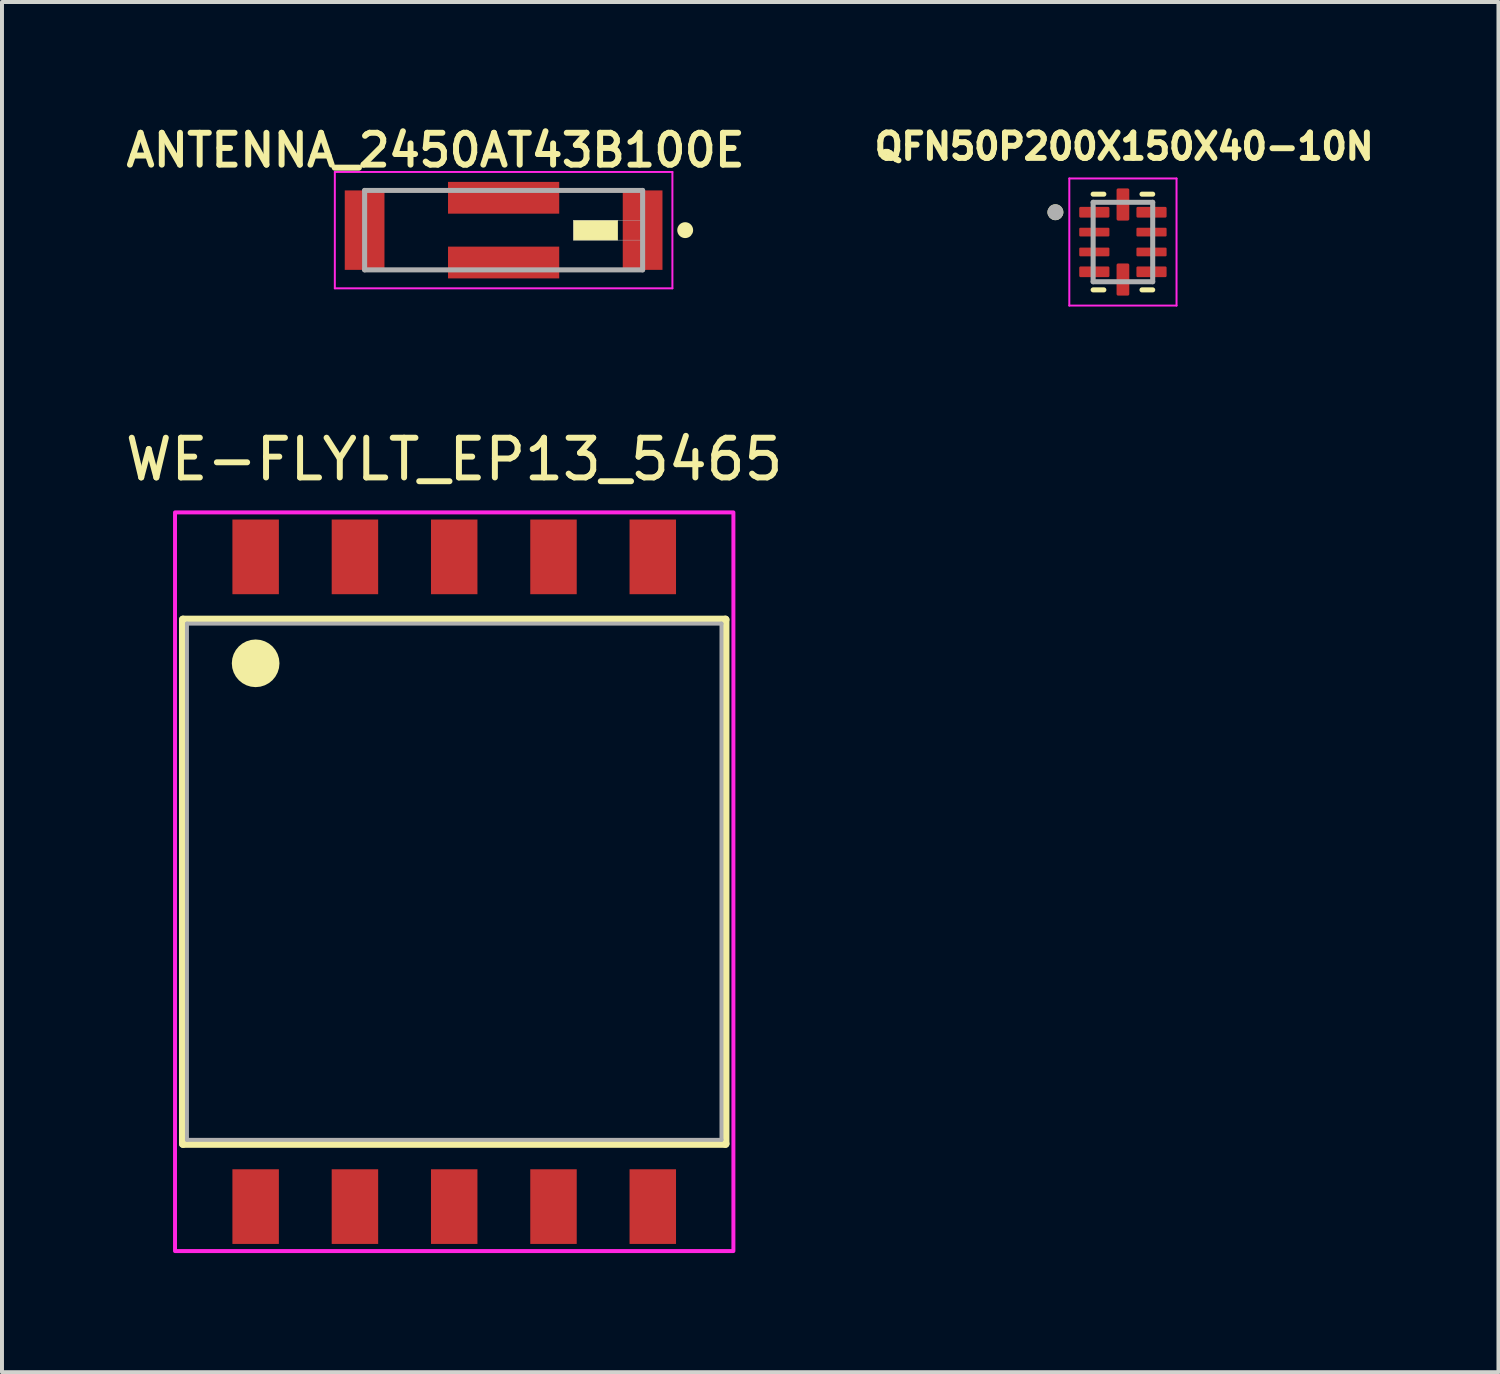
<source format=kicad_pcb>
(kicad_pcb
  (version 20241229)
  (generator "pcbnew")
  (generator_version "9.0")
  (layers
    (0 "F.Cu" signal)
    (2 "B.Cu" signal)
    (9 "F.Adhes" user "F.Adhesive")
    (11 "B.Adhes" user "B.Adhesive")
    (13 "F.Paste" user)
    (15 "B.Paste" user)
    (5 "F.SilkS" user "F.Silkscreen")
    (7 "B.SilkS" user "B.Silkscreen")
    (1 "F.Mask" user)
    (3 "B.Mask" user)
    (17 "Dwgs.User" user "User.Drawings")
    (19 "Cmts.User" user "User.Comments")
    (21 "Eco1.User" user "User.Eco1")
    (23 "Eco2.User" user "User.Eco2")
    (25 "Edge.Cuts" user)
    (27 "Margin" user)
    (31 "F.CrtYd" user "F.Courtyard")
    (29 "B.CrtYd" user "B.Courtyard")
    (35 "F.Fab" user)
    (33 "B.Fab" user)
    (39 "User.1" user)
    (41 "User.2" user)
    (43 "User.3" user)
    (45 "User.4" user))
  (footprint "ANTENNA_2450AT43B100E"
    (layer "F.Cu")
    (at 9.631 2.745)
    (property "Reference" "ANTENNA_2450AT43B100E" (at -1.714 -2.013 0) (layer "F.SilkS") (effects (font (size 0.802 0.802) (thickness 0.15))))
    (attr smd)
    (fp_circle (center 4.572 0) (end 4.672 0) (stroke (width 0.2) (type solid)) (fill no) (layer "F.SilkS"))
    (fp_poly (pts (xy 1.754 -0.25) (xy 2.875 -0.25) (xy 2.875 0.251) (xy 1.754 0.251)) (stroke (width 0.01) (type solid)) (fill yes) (layer "F.SilkS"))
    (fp_line (start -4.25 -1.465) (end 4.25 -1.465) (stroke (width 0.05) (type solid)) (layer "F.CrtYd"))
    (fp_line (start -4.25 1.465) (end -4.25 -1.465) (stroke (width 0.05) (type solid)) (layer "F.CrtYd"))
    (fp_line (start 4.25 -1.465) (end 4.25 1.465) (stroke (width 0.05) (type solid)) (layer "F.CrtYd"))
    (fp_line (start 4.25 1.465) (end -4.25 1.465) (stroke (width 0.05) (type solid)) (layer "F.CrtYd"))
    (fp_line (start -3.5 -1) (end -3.5 1) (stroke (width 0.127) (type solid)) (layer "F.Fab"))
    (fp_line (start -3.5 1) (end 3.5 1) (stroke (width 0.127) (type solid)) (layer "F.Fab"))
    (fp_line (start 3.5 -1) (end -3.5 -1) (stroke (width 0.127) (type solid)) (layer "F.Fab"))
    (fp_line (start 3.5 1) (end 3.5 -1) (stroke (width 0.127) (type solid)) (layer "F.Fab"))
    (fp_poly (pts (xy 1.754 -0.25) (xy 3.5 -0.25) (xy 3.5 0.251) (xy 1.754 0.251)) (stroke (width 0.01) (type solid)) (fill no) (layer "F.Fab"))
    (pad "1" smd rect (at 3.5 0) (size 1 2) (layers "F.Cu" "F.Mask" "F.Paste"))
    (pad "2" smd rect (at -3.5 0) (size 1 2) (layers "F.Cu" "F.Mask" "F.Paste"))
    (pad "3" smd rect (at 0 -0.815) (size 2.8 0.8) (layers "F.Cu" "F.Mask" "F.Paste"))
    (pad "4" smd rect (at 0 0.815) (size 2.8 0.8) (layers "F.Cu" "F.Mask" "F.Paste")))
  (footprint "QFN50P200X150X40-10N"
    (layer "F.Cu")
    (at 25.225 3.044)
    (property "Reference" "QFN50P200X150X40-10N" (at 0.032 -2.406 0) (layer "F.SilkS") (effects (font (size 0.64 0.64) (thickness 0.15))))
    (attr smd)
    (fp_line (start -0.75 -1.205) (end -0.48 -1.205) (stroke (width 0.127) (type solid)) (layer "F.SilkS"))
    (fp_line (start -0.75 1.205) (end -0.48 1.205) (stroke (width 0.127) (type solid)) (layer "F.SilkS"))
    (fp_line (start 0.75 -1.205) (end 0.48 -1.205) (stroke (width 0.127) (type solid)) (layer "F.SilkS"))
    (fp_line (start 0.75 1.205) (end 0.48 1.205) (stroke (width 0.127) (type solid)) (layer "F.SilkS"))
    (fp_circle (center -1.7 -0.75) (end -1.6 -0.75) (stroke (width 0.2) (type solid)) (fill no) (layer "F.SilkS"))
    (fp_line (start -1.35 -1.6) (end 1.35 -1.6) (stroke (width 0.05) (type solid)) (layer "F.CrtYd"))
    (fp_line (start -1.35 1.6) (end -1.35 -1.6) (stroke (width 0.05) (type solid)) (layer "F.CrtYd"))
    (fp_line (start -1.35 1.6) (end 1.35 1.6) (stroke (width 0.05) (type solid)) (layer "F.CrtYd"))
    (fp_line (start 1.35 1.6) (end 1.35 -1.6) (stroke (width 0.05) (type solid)) (layer "F.CrtYd"))
    (fp_line (start -0.75 1) (end -0.75 -1) (stroke (width 0.127) (type solid)) (layer "F.Fab"))
    (fp_line (start 0.75 -1) (end -0.75 -1) (stroke (width 0.127) (type solid)) (layer "F.Fab"))
    (fp_line (start 0.75 1) (end -0.75 1) (stroke (width 0.127) (type solid)) (layer "F.Fab"))
    (fp_line (start 0.75 1) (end 0.75 -1) (stroke (width 0.127) (type solid)) (layer "F.Fab"))
    (fp_circle (center -1.7 -0.75) (end -1.6 -0.75) (stroke (width 0.2) (type solid)) (fill no) (layer "F.Fab"))
    (pad "1" smd roundrect (at -0.72 -0.75) (size 0.76 0.27) (layers "F.Cu" "F.Mask" "F.Paste") (roundrect_rratio 0.125))
    (pad "2" smd roundrect (at -0.72 -0.25) (size 0.76 0.22) (layers "F.Cu" "F.Mask" "F.Paste") (roundrect_rratio 0.125))
    (pad "3" smd roundrect (at -0.72 0.25) (size 0.76 0.22) (layers "F.Cu" "F.Mask" "F.Paste") (roundrect_rratio 0.125))
    (pad "4" smd roundrect (at -0.72 0.75) (size 0.76 0.27) (layers "F.Cu" "F.Mask" "F.Paste") (roundrect_rratio 0.125))
    (pad "5" smd roundrect (at 0 0.945) (size 0.32 0.81) (layers "F.Cu" "F.Mask" "F.Paste") (roundrect_rratio 0.125))
    (pad "6" smd roundrect (at 0.72 0.75) (size 0.76 0.27) (layers "F.Cu" "F.Mask" "F.Paste") (roundrect_rratio 0.125))
    (pad "7" smd roundrect (at 0.72 0.25) (size 0.76 0.22) (layers "F.Cu" "F.Mask" "F.Paste") (roundrect_rratio 0.125))
    (pad "8" smd roundrect (at 0.72 -0.25) (size 0.76 0.22) (layers "F.Cu" "F.Mask" "F.Paste") (roundrect_rratio 0.125))
    (pad "9" smd roundrect (at 0.72 -0.75) (size 0.76 0.27) (layers "F.Cu" "F.Mask" "F.Paste") (roundrect_rratio 0.125))
    (pad "10" smd roundrect (at 0 -0.945) (size 0.32 0.81) (layers "F.Cu" "F.Mask" "F.Paste") (roundrect_rratio 0.125)))
  (footprint "WE-FLYLT_EP13_5465"
    (layer "F.Cu")
    (at 8.387 19.152)
    (property "Reference" "WE-FLYLT_EP13_5465" (at 0 -10.635 0) (layer "F.SilkS") (effects (font (size 1 1) (thickness 0.15))))
    (attr smd)
    (fp_line (start -6.83 -6.6) (end 6.83 -6.6) (stroke (width 0.2) (type solid)) (layer "F.SilkS"))
    (fp_line (start -6.83 6.6) (end -6.83 -6.6) (stroke (width 0.2) (type solid)) (layer "F.SilkS"))
    (fp_line (start 6.83 -6.6) (end 6.83 6.6) (stroke (width 0.2) (type solid)) (layer "F.SilkS"))
    (fp_line (start 6.83 6.6) (end -6.83 6.6) (stroke (width 0.2) (type solid)) (layer "F.SilkS"))
    (fp_circle (center -5 -5.5) (end -4.7 -5.5) (stroke (width 0.6) (type solid)) (fill no) (layer "F.SilkS"))
    (fp_poly (pts (xy 7.03 -9.3) (xy 7.03 9.3) (xy -7.03 9.3) (xy -7.03 -9.3)) (stroke (width 0.1) (type solid)) (fill no) (layer "F.CrtYd"))
    (fp_line (start -6.73 -6.5) (end -6.73 6.5) (stroke (width 0.1) (type solid)) (layer "F.Fab"))
    (fp_line (start 6.73 -6.5) (end -6.73 -6.5) (stroke (width 0.1) (type solid)) (layer "F.Fab"))
    (fp_line (start 6.73 -6.5) (end 6.73 6.5) (stroke (width 0.1) (type solid)) (layer "F.Fab"))
    (fp_line (start 6.73 6.5) (end -6.73 6.5) (stroke (width 0.1) (type solid)) (layer "F.Fab"))
    (pad "1" smd rect (at -5 -8.18) (size 1.17 1.88) (layers "F.Cu" "F.Mask" "F.Paste"))
    (pad "2" smd rect (at -2.5 -8.18) (size 1.17 1.88) (layers "F.Cu" "F.Mask" "F.Paste"))
    (pad "3" smd rect (at 0 -8.18) (size 1.17 1.88) (layers "F.Cu" "F.Mask" "F.Paste"))
    (pad "4" smd rect (at 2.5 -8.18) (size 1.17 1.88) (layers "F.Cu" "F.Mask" "F.Paste"))
    (pad "5" smd rect (at 5 -8.18) (size 1.17 1.88) (layers "F.Cu" "F.Mask" "F.Paste"))
    (pad "6" smd rect (at 5 8.18) (size 1.17 1.88) (layers "F.Cu" "F.Mask" "F.Paste"))
    (pad "7" smd rect (at 2.5 8.18) (size 1.17 1.88) (layers "F.Cu" "F.Mask" "F.Paste"))
    (pad "8" smd rect (at 0 8.18) (size 1.17 1.88) (layers "F.Cu" "F.Mask" "F.Paste"))
    (pad "9" smd rect (at -2.5 8.18) (size 1.17 1.88) (layers "F.Cu" "F.Mask" "F.Paste"))
    (pad "10" smd rect (at -5 8.18) (size 1.17 1.88) (layers "F.Cu" "F.Mask" "F.Paste")))
  (gr_rect
    (start -3 -3)
    (end 34.681 31.502)
    (stroke (width 0.1) (type default))
    (fill no)
    (layer "Edge.Cuts")))
</source>
